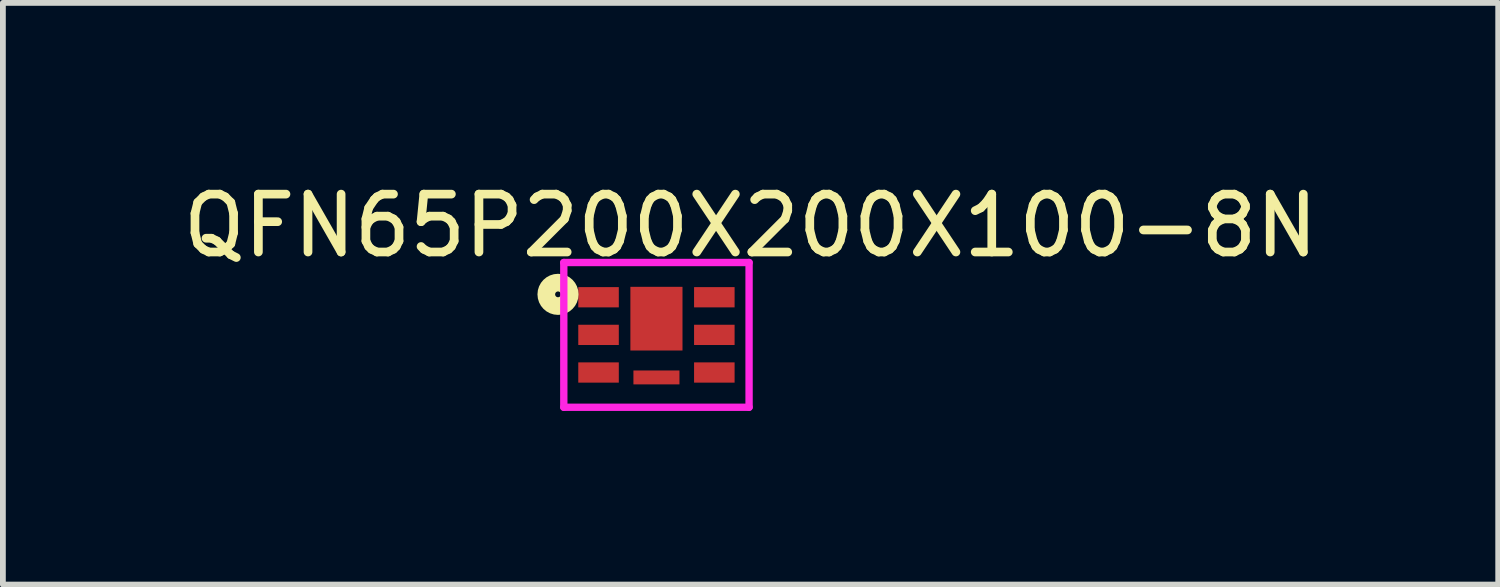
<source format=kicad_pcb>
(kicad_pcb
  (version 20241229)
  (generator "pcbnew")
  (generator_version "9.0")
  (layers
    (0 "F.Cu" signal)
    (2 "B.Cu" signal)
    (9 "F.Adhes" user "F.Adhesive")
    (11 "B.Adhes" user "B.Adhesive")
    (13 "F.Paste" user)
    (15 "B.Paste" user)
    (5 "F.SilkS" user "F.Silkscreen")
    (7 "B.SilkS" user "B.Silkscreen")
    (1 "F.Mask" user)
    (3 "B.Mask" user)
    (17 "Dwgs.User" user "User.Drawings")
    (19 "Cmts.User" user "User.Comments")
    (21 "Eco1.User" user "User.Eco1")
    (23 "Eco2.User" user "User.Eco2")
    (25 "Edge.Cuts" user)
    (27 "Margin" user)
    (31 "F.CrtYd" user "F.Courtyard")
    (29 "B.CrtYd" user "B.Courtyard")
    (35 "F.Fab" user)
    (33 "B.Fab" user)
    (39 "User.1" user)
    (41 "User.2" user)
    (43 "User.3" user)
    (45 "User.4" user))
  (footprint "QFN65P200X200X100-8N"
    (layer "F.Cu")
    (at 8.288 2.734)
    (property "Reference" "QFN65P200X200X100-8N" (at 1.625 -1.886 0) (layer "F.SilkS") (effects (font (size 1 1) (thickness 0.15))))
    (attr smd)
    (fp_circle (center -1.7 -0.7) (end -1.65 -0.7) (stroke (width 0.305) (type solid)) (fill no) (layer "F.SilkS"))
    (fp_circle (center -1.7 -0.7) (end -1.559 -0.7) (stroke (width 0.127) (type solid)) (fill no) (layer "F.SilkS"))
    (fp_line (start -1.6 -1.25) (end 1.6 -1.25) (stroke (width 0.127) (type solid)) (layer "F.CrtYd"))
    (fp_line (start -1.6 1.25) (end -1.6 -1.25) (stroke (width 0.127) (type solid)) (layer "F.CrtYd"))
    (fp_line (start 1.6 -1.25) (end 1.6 1.25) (stroke (width 0.127) (type solid)) (layer "F.CrtYd"))
    (fp_line (start 1.6 1.25) (end -1.6 1.25) (stroke (width 0.127) (type solid)) (layer "F.CrtYd"))
    (pad "1" smd rect (at -1 -0.65) (size 0.7 0.35) (layers "F.Cu" "F.Mask" "F.Paste"))
    (pad "2" smd rect (at -1 0) (size 0.7 0.35) (layers "F.Cu" "F.Mask" "F.Paste"))
    (pad "3" smd rect (at -1 0.65) (size 0.7 0.35) (layers "F.Cu" "F.Mask" "F.Paste"))
    (pad "4" smd rect (at 1 0.65) (size 0.7 0.35) (layers "F.Cu" "F.Mask" "F.Paste"))
    (pad "5" smd rect (at 1 0) (size 0.7 0.35) (layers "F.Cu" "F.Mask" "F.Paste"))
    (pad "6" smd rect (at 1 -0.65) (size 0.7 0.35) (layers "F.Cu" "F.Mask" "F.Paste"))
    (pad "7" smd rect (at 0 -0.28) (size 0.9 1.1) (layers "F.Cu" "F.Mask" "F.Paste"))
    (pad "8" smd rect (at 0 0.735) (size 0.795 0.24) (layers "F.Cu" "F.Mask" "F.Paste")))
  (gr_rect
    (start -3 -3)
    (end 22.827 7.047)
    (stroke (width 0.1) (type default))
    (fill no)
    (layer "Edge.Cuts")))
</source>
